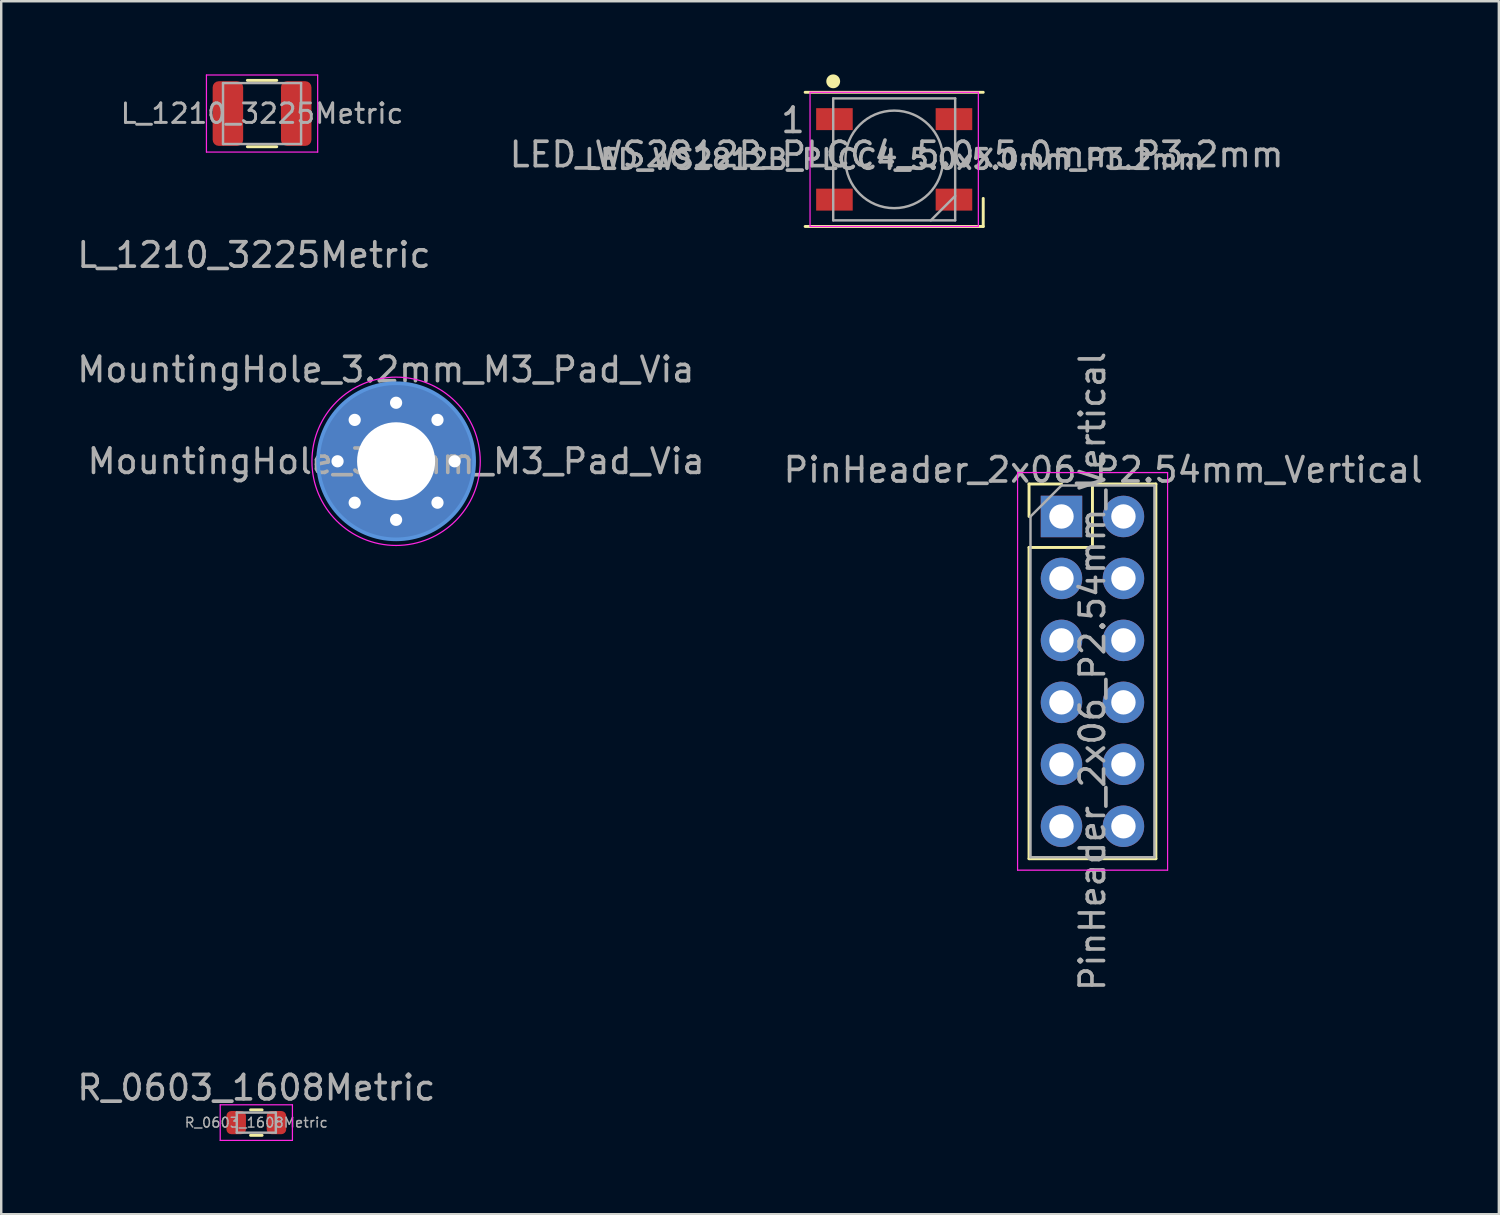
<source format=kicad_pcb>
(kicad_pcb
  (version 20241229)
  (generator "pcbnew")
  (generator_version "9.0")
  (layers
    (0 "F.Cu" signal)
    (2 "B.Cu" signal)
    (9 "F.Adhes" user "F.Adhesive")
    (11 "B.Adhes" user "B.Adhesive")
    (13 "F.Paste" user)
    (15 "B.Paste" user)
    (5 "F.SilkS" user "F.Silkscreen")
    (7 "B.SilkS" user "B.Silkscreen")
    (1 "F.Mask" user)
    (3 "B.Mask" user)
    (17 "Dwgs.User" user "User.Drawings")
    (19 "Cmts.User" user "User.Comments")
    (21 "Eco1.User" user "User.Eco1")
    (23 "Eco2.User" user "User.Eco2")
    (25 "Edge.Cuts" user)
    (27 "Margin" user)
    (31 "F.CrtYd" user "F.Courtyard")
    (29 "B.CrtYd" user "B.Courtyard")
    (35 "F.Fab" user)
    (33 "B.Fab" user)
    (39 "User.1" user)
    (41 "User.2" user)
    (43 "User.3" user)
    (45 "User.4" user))
  (footprint "L_1210_3225Metric"
    (layer "F.Cu")
    (at 7.693 1.605)
    (property "Reference" "L_1210_3225Metric" (at -0.33 5.8 180) (layer "F.Fab") (effects (font (size 1 1) (thickness 0.15))))
    (attr smd)
    (fp_line (start -0.602 -1.36) (end 0.602 -1.36) (stroke (width 0.12) (type solid)) (layer "F.SilkS"))
    (fp_line (start -0.602 1.36) (end 0.602 1.36) (stroke (width 0.12) (type solid)) (layer "F.SilkS"))
    (fp_line (start -2.28 -1.58) (end 2.28 -1.58) (stroke (width 0.05) (type solid)) (layer "F.CrtYd"))
    (fp_line (start -2.28 1.58) (end -2.28 -1.58) (stroke (width 0.05) (type solid)) (layer "F.CrtYd"))
    (fp_line (start 2.28 -1.58) (end 2.28 1.58) (stroke (width 0.05) (type solid)) (layer "F.CrtYd"))
    (fp_line (start 2.28 1.58) (end -2.28 1.58) (stroke (width 0.05) (type solid)) (layer "F.CrtYd"))
    (fp_line (start -1.6 -1.25) (end 1.6 -1.25) (stroke (width 0.1) (type solid)) (layer "F.Fab"))
    (fp_line (start -1.6 1.25) (end -1.6 -1.25) (stroke (width 0.1) (type solid)) (layer "F.Fab"))
    (fp_line (start 1.6 -1.25) (end 1.6 1.25) (stroke (width 0.1) (type solid)) (layer "F.Fab"))
    (fp_line (start 1.6 1.25) (end -1.6 1.25) (stroke (width 0.1) (type solid)) (layer "F.Fab"))
    (fp_text user "${REFERENCE}" (at 0 0 180) (layer "F.Fab") (effects (font (size 0.8 0.8) (thickness 0.12))))
    (pad "1" smd roundrect (at -1.4 0) (size 1.25 2.65) (layers "F.Cu" "F.Mask" "F.Paste") (roundrect_rratio 0.2))
    (pad "2" smd roundrect (at 1.4 0) (size 1.25 2.65) (layers "F.Cu" "F.Mask" "F.Paste") (roundrect_rratio 0.2)))
  (footprint "R_0603_1608Metric"
    (layer "F.Cu")
    (at 7.458 42.972)
    (property "Reference" "R_0603_1608Metric" (at 0 -1.43 0) (layer "F.Fab") (effects (font (size 1 1) (thickness 0.15))))
    (attr smd)
    (fp_line (start -0.237 -0.522) (end 0.237 -0.522) (stroke (width 0.12) (type solid)) (layer "F.SilkS"))
    (fp_line (start -0.237 0.522) (end 0.237 0.522) (stroke (width 0.12) (type solid)) (layer "F.SilkS"))
    (fp_line (start -1.48 -0.73) (end 1.48 -0.73) (stroke (width 0.05) (type solid)) (layer "F.CrtYd"))
    (fp_line (start -1.48 0.73) (end -1.48 -0.73) (stroke (width 0.05) (type solid)) (layer "F.CrtYd"))
    (fp_line (start 1.48 -0.73) (end 1.48 0.73) (stroke (width 0.05) (type solid)) (layer "F.CrtYd"))
    (fp_line (start 1.48 0.73) (end -1.48 0.73) (stroke (width 0.05) (type solid)) (layer "F.CrtYd"))
    (fp_line (start -0.8 -0.412) (end 0.8 -0.412) (stroke (width 0.1) (type solid)) (layer "F.Fab"))
    (fp_line (start -0.8 0.412) (end -0.8 -0.412) (stroke (width 0.1) (type solid)) (layer "F.Fab"))
    (fp_line (start 0.8 -0.412) (end 0.8 0.412) (stroke (width 0.1) (type solid)) (layer "F.Fab"))
    (fp_line (start 0.8 0.412) (end -0.8 0.412) (stroke (width 0.1) (type solid)) (layer "F.Fab"))
    (fp_text user "${REFERENCE}" (at 0 0 0) (layer "F.Fab") (effects (font (size 0.4 0.4) (thickness 0.06))))
    (pad "1" smd roundrect (at -0.825 0) (size 0.8 0.95) (layers "F.Cu" "F.Mask" "F.Paste") (roundrect_rratio 0.25))
    (pad "2" smd roundrect (at 0.825 0) (size 0.8 0.95) (layers "F.Cu" "F.Mask" "F.Paste") (roundrect_rratio 0.25)))
  (footprint "MountingHole_3.2mm_M3_Pad_Via"
    (layer "F.Cu")
    (at 13.188 15.861)
    (property "Reference" "MountingHole_3.2mm_M3_Pad_Via" (at -0.42 -3.76 0) (layer "F.Fab") (effects (font (size 1 1) (thickness 0.15))))
    (attr exclude_from_pos_files)
    (fp_circle (center 0 0) (end 3.2 0) (stroke (width 0.15) (type solid)) (fill no) (layer "Cmts.User"))
    (fp_circle (center 0 0) (end 3.45 0) (stroke (width 0.05) (type solid)) (fill no) (layer "F.CrtYd"))
    (fp_text user "${REFERENCE}" (at 0 0 0) (layer "F.Fab") (effects (font (size 1 1) (thickness 0.15))))
    (pad "1" thru_hole circle (at -2.4 0) (size 0.8 0.8) (drill 0.5) (layers "*.Cu" "*.Mask"))
    (pad "1" thru_hole circle (at -1.697 -1.697) (size 0.8 0.8) (drill 0.5) (layers "*.Cu" "*.Mask"))
    (pad "1" thru_hole circle (at -1.697 1.697) (size 0.8 0.8) (drill 0.5) (layers "*.Cu" "*.Mask"))
    (pad "1" thru_hole circle (at 0 -2.4) (size 0.8 0.8) (drill 0.5) (layers "*.Cu" "*.Mask"))
    (pad "1" thru_hole circle (at 0 0) (size 6.4 6.4) (drill 3.2) (layers "*.Cu" "*.Mask"))
    (pad "1" thru_hole circle (at 0 2.4) (size 0.8 0.8) (drill 0.5) (layers "*.Cu" "*.Mask"))
    (pad "1" thru_hole circle (at 1.697 -1.697) (size 0.8 0.8) (drill 0.5) (layers "*.Cu" "*.Mask"))
    (pad "1" thru_hole circle (at 1.697 1.697) (size 0.8 0.8) (drill 0.5) (layers "*.Cu" "*.Mask"))
    (pad "1" thru_hole circle (at 2.4 0) (size 0.8 0.8) (drill 0.5) (layers "*.Cu" "*.Mask")))
  (footprint "LED_WS2812B_PLCC4_5.0x5.0mm_P3.2mm"
    (layer "F.Cu")
    (at 33.608 3.484)
    (property "Reference" "LED_WS2812B_PLCC4_5.0x5.0mm_P3.2mm" (at 0.1 -0.2 0) (layer "F.Fab") (effects (font (size 1 1) (thickness 0.15))))
    (attr smd)
    (fp_line (start -3.65 -2.75) (end 3.65 -2.75) (stroke (width 0.12) (type solid)) (layer "F.SilkS"))
    (fp_line (start -3.65 2.75) (end 3.65 2.75) (stroke (width 0.12) (type solid)) (layer "F.SilkS"))
    (fp_line (start 3.65 2.75) (end 3.65 1.6) (stroke (width 0.12) (type solid)) (layer "F.SilkS"))
    (fp_circle (center -2.5 -3.2) (end -2.4 -3) (stroke (width 0.12) (type solid)) (fill yes) (layer "F.SilkS"))
    (fp_line (start -3.45 -2.75) (end -3.45 2.75) (stroke (width 0.05) (type solid)) (layer "F.CrtYd"))
    (fp_line (start -3.45 2.75) (end 3.45 2.75) (stroke (width 0.05) (type solid)) (layer "F.CrtYd"))
    (fp_line (start 3.45 -2.75) (end -3.45 -2.75) (stroke (width 0.05) (type solid)) (layer "F.CrtYd"))
    (fp_line (start 3.45 2.75) (end 3.45 -2.75) (stroke (width 0.05) (type solid)) (layer "F.CrtYd"))
    (fp_line (start -2.5 -2.5) (end -2.5 2.5) (stroke (width 0.1) (type solid)) (layer "F.Fab"))
    (fp_line (start -2.5 2.5) (end 2.5 2.5) (stroke (width 0.1) (type solid)) (layer "F.Fab"))
    (fp_line (start 2.5 -2.5) (end -2.5 -2.5) (stroke (width 0.1) (type solid)) (layer "F.Fab"))
    (fp_line (start 2.5 1.5) (end 1.5 2.5) (stroke (width 0.1) (type solid)) (layer "F.Fab"))
    (fp_line (start 2.5 2.5) (end 2.5 -2.5) (stroke (width 0.1) (type solid)) (layer "F.Fab"))
    (fp_circle (center 0 0) (end 0 -2) (stroke (width 0.1) (type solid)) (fill no) (layer "F.Fab"))
    (fp_text user "1" (at -4.15 -1.6 0) (layer "F.Fab") (effects (font (size 1 1) (thickness 0.15))))
    (fp_text user "${REFERENCE}" (at 0 0 0) (layer "F.Fab") (effects (font (size 0.8 0.8) (thickness 0.15))))
    (pad "1" smd rect (at -2.45 -1.65) (size 1.5 0.9) (layers "F.Cu" "F.Mask" "F.Paste"))
    (pad "2" smd rect (at -2.45 1.65) (size 1.5 0.9) (layers "F.Cu" "F.Mask" "F.Paste"))
    (pad "3" smd rect (at 2.45 1.65) (size 1.5 0.9) (layers "F.Cu" "F.Mask" "F.Paste"))
    (pad "4" smd rect (at 2.45 -1.65) (size 1.5 0.9) (layers "F.Cu" "F.Mask" "F.Paste")))
  (footprint "PinHeader_2x06_P2.54mm_Vertical"
    (layer "F.Cu")
    (at 40.466 18.123)
    (property "Reference" "PinHeader_2x06_P2.54mm_Vertical" (at 1.71 -1.91 0) (layer "F.Fab") (effects (font (size 1 1) (thickness 0.15))))
    (attr through_hole)
    (fp_line (start -1.33 -1.33) (end 0 -1.33) (stroke (width 0.12) (type solid)) (layer "F.SilkS"))
    (fp_line (start -1.33 0) (end -1.33 -1.33) (stroke (width 0.12) (type solid)) (layer "F.SilkS"))
    (fp_line (start -1.33 1.27) (end -1.33 14.03) (stroke (width 0.12) (type solid)) (layer "F.SilkS"))
    (fp_line (start -1.33 1.27) (end 1.27 1.27) (stroke (width 0.12) (type solid)) (layer "F.SilkS"))
    (fp_line (start -1.33 14.03) (end 3.87 14.03) (stroke (width 0.12) (type solid)) (layer "F.SilkS"))
    (fp_line (start 1.27 -1.33) (end 3.87 -1.33) (stroke (width 0.12) (type solid)) (layer "F.SilkS"))
    (fp_line (start 1.27 1.27) (end 1.27 -1.33) (stroke (width 0.12) (type solid)) (layer "F.SilkS"))
    (fp_line (start 3.87 -1.33) (end 3.87 14.03) (stroke (width 0.12) (type solid)) (layer "F.SilkS"))
    (fp_line (start -1.8 -1.8) (end -1.8 14.5) (stroke (width 0.05) (type solid)) (layer "F.CrtYd"))
    (fp_line (start -1.8 14.5) (end 4.35 14.5) (stroke (width 0.05) (type solid)) (layer "F.CrtYd"))
    (fp_line (start 4.35 -1.8) (end -1.8 -1.8) (stroke (width 0.05) (type solid)) (layer "F.CrtYd"))
    (fp_line (start 4.35 14.5) (end 4.35 -1.8) (stroke (width 0.05) (type solid)) (layer "F.CrtYd"))
    (fp_line (start -1.27 0) (end 0 -1.27) (stroke (width 0.1) (type solid)) (layer "F.Fab"))
    (fp_line (start -1.27 13.97) (end -1.27 0) (stroke (width 0.1) (type solid)) (layer "F.Fab"))
    (fp_line (start 0 -1.27) (end 3.81 -1.27) (stroke (width 0.1) (type solid)) (layer "F.Fab"))
    (fp_line (start 3.81 -1.27) (end 3.81 13.97) (stroke (width 0.1) (type solid)) (layer "F.Fab"))
    (fp_line (start 3.81 13.97) (end -1.27 13.97) (stroke (width 0.1) (type solid)) (layer "F.Fab"))
    (fp_text user "${REFERENCE}" (at 1.27 6.35 90) (layer "F.Fab") (effects (font (size 1 1) (thickness 0.15))))
    (pad "1" thru_hole rect (at 0 0) (size 1.7 1.7) (drill 1) (layers "*.Cu" "*.Mask"))
    (pad "2" thru_hole oval (at 2.54 0) (size 1.7 1.7) (drill 1) (layers "*.Cu" "*.Mask"))
    (pad "3" thru_hole oval (at 0 2.54) (size 1.7 1.7) (drill 1) (layers "*.Cu" "*.Mask"))
    (pad "4" thru_hole oval (at 2.54 2.54) (size 1.7 1.7) (drill 1) (layers "*.Cu" "*.Mask"))
    (pad "5" thru_hole oval (at 0 5.08) (size 1.7 1.7) (drill 1) (layers "*.Cu" "*.Mask"))
    (pad "6" thru_hole oval (at 2.54 5.08) (size 1.7 1.7) (drill 1) (layers "*.Cu" "*.Mask"))
    (pad "7" thru_hole oval (at 0 7.62) (size 1.7 1.7) (drill 1) (layers "*.Cu" "*.Mask"))
    (pad "8" thru_hole oval (at 2.54 7.62) (size 1.7 1.7) (drill 1) (layers "*.Cu" "*.Mask"))
    (pad "9" thru_hole oval (at 0 10.16) (size 1.7 1.7) (drill 1) (layers "*.Cu" "*.Mask"))
    (pad "10" thru_hole oval (at 2.54 10.16) (size 1.7 1.7) (drill 1) (layers "*.Cu" "*.Mask"))
    (pad "11" thru_hole oval (at 0 12.7) (size 1.7 1.7) (drill 1) (layers "*.Cu" "*.Mask"))
    (pad "12" thru_hole oval (at 2.54 12.7) (size 1.7 1.7) (drill 1) (layers "*.Cu" "*.Mask")))
  (gr_rect
    (start -3 -3)
    (end 58.396 46.727)
    (stroke (width 0.1) (type default))
    (fill no)
    (layer "Edge.Cuts")))
</source>
